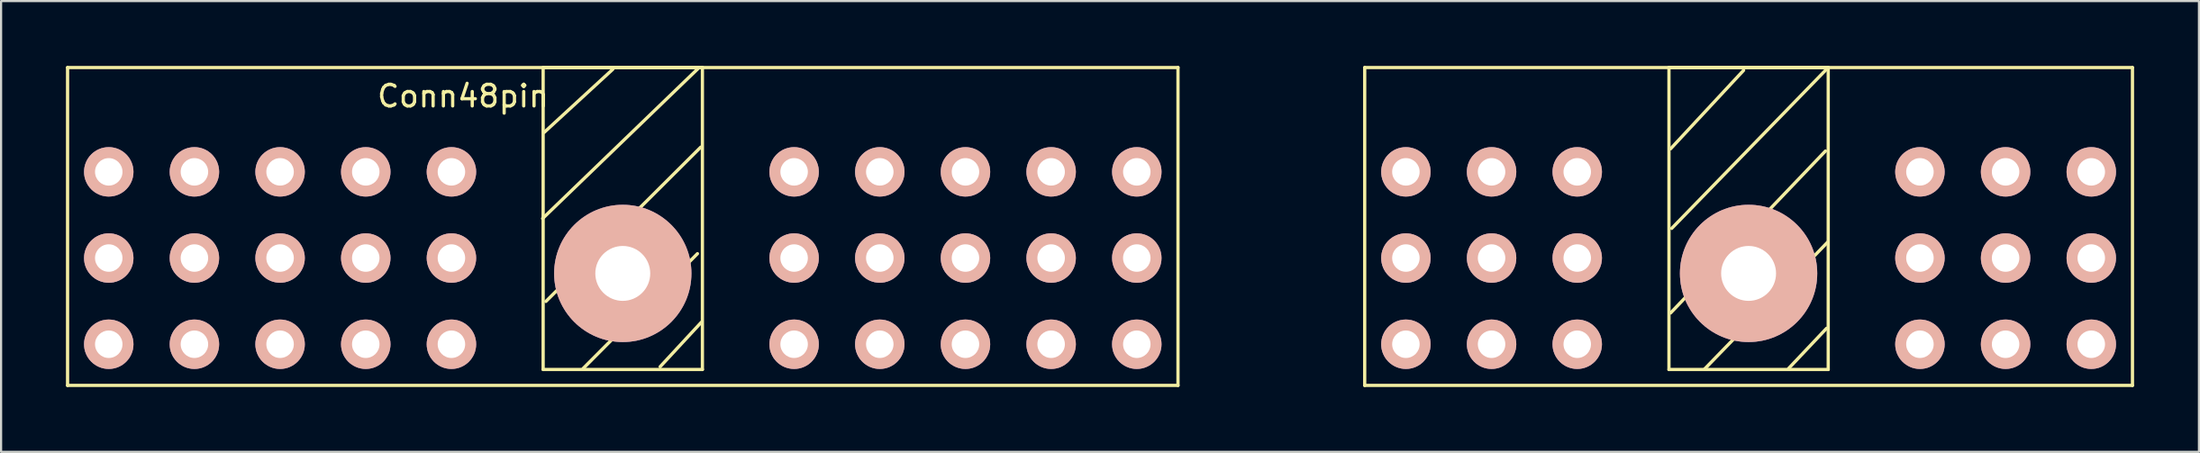
<source format=kicad_pcb>
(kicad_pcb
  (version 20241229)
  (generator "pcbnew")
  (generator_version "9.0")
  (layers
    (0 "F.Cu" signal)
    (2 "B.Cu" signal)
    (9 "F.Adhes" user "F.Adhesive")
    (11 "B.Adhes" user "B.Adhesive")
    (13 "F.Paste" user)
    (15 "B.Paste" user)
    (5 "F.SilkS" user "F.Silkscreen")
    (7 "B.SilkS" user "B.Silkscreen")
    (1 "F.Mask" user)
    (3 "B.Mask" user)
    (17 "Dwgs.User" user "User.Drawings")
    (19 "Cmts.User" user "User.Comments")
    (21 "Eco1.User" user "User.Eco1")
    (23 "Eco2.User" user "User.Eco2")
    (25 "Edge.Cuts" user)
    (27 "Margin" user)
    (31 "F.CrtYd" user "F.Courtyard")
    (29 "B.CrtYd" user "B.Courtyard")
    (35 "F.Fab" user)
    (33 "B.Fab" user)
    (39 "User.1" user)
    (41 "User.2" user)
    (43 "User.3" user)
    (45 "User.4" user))
  (footprint "Conn48pin"
    (layer "F.Cu")
    (at 25.754 9.6)
    (property "Reference" "Conn48pin" (at -7.391 -8.204 0) (layer "F.SilkS") (effects (font (size 1 1) (thickness 0.15))))
    (attr through_hole)
    (fp_line (start -25.679 -9.525) (end 25.679 -9.525) (stroke (width 0.15) (type solid)) (layer "F.SilkS"))
    (fp_line (start -25.679 5.182) (end -25.679 -9.525) (stroke (width 0.15) (type solid)) (layer "F.SilkS"))
    (fp_line (start -3.683 -9.525) (end 3.683 -9.525) (stroke (width 0.15) (type solid)) (layer "F.SilkS"))
    (fp_line (start -3.683 4.445) (end -3.683 -9.525) (stroke (width 0.15) (type solid)) (layer "F.SilkS"))
    (fp_line (start -0.457 -9.449) (end -3.632 -6.528) (stroke (width 0.15) (type solid)) (layer "F.SilkS"))
    (fp_line (start 3.454 -0.914) (end -1.829 4.394) (stroke (width 0.15) (type solid)) (layer "F.SilkS"))
    (fp_line (start 3.505 -9.5) (end -3.708 -2.54) (stroke (width 0.15) (type solid)) (layer "F.SilkS"))
    (fp_line (start 3.607 -5.842) (end -3.556 1.295) (stroke (width 0.15) (type solid)) (layer "F.SilkS"))
    (fp_line (start 3.632 2.261) (end 1.727 4.318) (stroke (width 0.15) (type solid)) (layer "F.SilkS"))
    (fp_line (start 3.683 -9.525) (end 3.683 4.445) (stroke (width 0.15) (type solid)) (layer "F.SilkS"))
    (fp_line (start 3.683 4.445) (end -3.683 4.445) (stroke (width 0.15) (type solid)) (layer "F.SilkS"))
    (fp_line (start 25.679 -9.525) (end 25.679 5.182) (stroke (width 0.15) (type solid)) (layer "F.SilkS"))
    (fp_line (start 25.679 5.182) (end -25.679 5.182) (stroke (width 0.15) (type solid)) (layer "F.SilkS"))
    (fp_line (start 34.315 -9.525) (end 69.825 -9.525) (stroke (width 0.15) (type solid)) (layer "F.SilkS"))
    (fp_line (start 34.315 5.182) (end 34.315 -9.525) (stroke (width 0.15) (type solid)) (layer "F.SilkS"))
    (fp_line (start 48.387 -9.525) (end 48.387 4.445) (stroke (width 0.15) (type solid)) (layer "F.SilkS"))
    (fp_line (start 48.387 4.445) (end 55.753 4.445) (stroke (width 0.15) (type solid)) (layer "F.SilkS"))
    (fp_line (start 51.841 -9.398) (end 48.463 -5.766) (stroke (width 0.15) (type solid)) (layer "F.SilkS"))
    (fp_line (start 55.626 -5.664) (end 48.463 1.829) (stroke (width 0.15) (type solid)) (layer "F.SilkS"))
    (fp_line (start 55.677 2.54) (end 53.924 4.394) (stroke (width 0.15) (type solid)) (layer "F.SilkS"))
    (fp_line (start 55.702 -9.474) (end 48.514 -2.083) (stroke (width 0.15) (type solid)) (layer "F.SilkS"))
    (fp_line (start 55.728 -1.448) (end 50.038 4.42) (stroke (width 0.15) (type solid)) (layer "F.SilkS"))
    (fp_line (start 55.753 -9.525) (end 48.387 -9.525) (stroke (width 0.15) (type solid)) (layer "F.SilkS"))
    (fp_line (start 55.753 4.445) (end 55.753 -9.525) (stroke (width 0.15) (type solid)) (layer "F.SilkS"))
    (fp_line (start 69.825 -9.525) (end 69.825 5.182) (stroke (width 0.15) (type solid)) (layer "F.SilkS"))
    (fp_line (start 69.825 5.182) (end 34.315 5.182) (stroke (width 0.15) (type solid)) (layer "F.SilkS"))
    (pad "" thru_hole circle (at 0 0) (size 6.35 6.35) (drill 2.54) (layers "*.Cu" "*.Mask" "B.SilkS"))
    (pad "" thru_hole circle (at 52.07 0) (size 6.35 6.35) (drill 2.54) (layers "*.Cu" "*.Mask" "B.SilkS"))
    (pad "1" thru_hole circle (at 36.22 -4.699) (size 2.286 2.286) (drill 1.27) (layers "*.Cu" "*.Mask" "B.SilkS"))
    (pad "2" thru_hole circle (at 36.22 -0.711) (size 2.286 2.286) (drill 1.27) (layers "*.Cu" "*.Mask" "B.SilkS"))
    (pad "3" thru_hole circle (at 36.22 3.277) (size 2.286 2.286) (drill 1.27) (layers "*.Cu" "*.Mask" "B.SilkS"))
    (pad "4" thru_hole circle (at 40.183 -4.699) (size 2.286 2.286) (drill 1.27) (layers "*.Cu" "*.Mask" "B.SilkS"))
    (pad "5" thru_hole circle (at 40.183 -0.711) (size 2.286 2.286) (drill 1.27) (layers "*.Cu" "*.Mask" "B.SilkS"))
    (pad "6" thru_hole circle (at 40.183 3.277) (size 2.286 2.286) (drill 1.27) (layers "*.Cu" "*.Mask" "B.SilkS"))
    (pad "7" thru_hole circle (at 44.145 -4.699) (size 2.286 2.286) (drill 1.27) (layers "*.Cu" "*.Mask" "B.SilkS"))
    (pad "8" thru_hole circle (at 44.145 -0.711) (size 2.286 2.286) (drill 1.27) (layers "*.Cu" "*.Mask" "B.SilkS"))
    (pad "9" thru_hole circle (at 44.145 3.277) (size 2.286 2.286) (drill 1.27) (layers "*.Cu" "*.Mask" "B.SilkS"))
    (pad "10" thru_hole circle (at 59.995 -4.699) (size 2.286 2.286) (drill 1.27) (layers "*.Cu" "*.Mask" "B.SilkS"))
    (pad "11" thru_hole circle (at 59.995 -0.711) (size 2.286 2.286) (drill 1.27) (layers "*.Cu" "*.Mask" "B.SilkS"))
    (pad "12" thru_hole circle (at 59.995 3.277) (size 2.286 2.286) (drill 1.27) (layers "*.Cu" "*.Mask" "B.SilkS"))
    (pad "13" thru_hole circle (at 63.957 -4.699) (size 2.286 2.286) (drill 1.27) (layers "*.Cu" "*.Mask" "B.SilkS"))
    (pad "14" thru_hole circle (at 63.957 -0.711) (size 2.286 2.286) (drill 1.27) (layers "*.Cu" "*.Mask" "B.SilkS"))
    (pad "15" thru_hole circle (at 63.957 3.277) (size 2.286 2.286) (drill 1.27) (layers "*.Cu" "*.Mask" "B.SilkS"))
    (pad "16" thru_hole circle (at 67.92 -4.699) (size 2.286 2.286) (drill 1.27) (layers "*.Cu" "*.Mask" "B.SilkS"))
    (pad "17" thru_hole circle (at 67.92 -0.711) (size 2.286 2.286) (drill 1.27) (layers "*.Cu" "*.Mask" "B.SilkS"))
    (pad "18" thru_hole circle (at 67.92 3.277) (size 2.286 2.286) (drill 1.27) (layers "*.Cu" "*.Mask" "B.SilkS"))
    (pad "19" thru_hole circle (at -23.774 -4.699) (size 2.286 2.286) (drill 1.27) (layers "*.Cu" "*.Mask" "B.SilkS"))
    (pad "20" thru_hole circle (at -23.774 -0.711) (size 2.286 2.286) (drill 1.27) (layers "*.Cu" "*.Mask" "B.SilkS"))
    (pad "21" thru_hole circle (at -23.774 3.277) (size 2.286 2.286) (drill 1.27) (layers "*.Cu" "*.Mask" "B.SilkS"))
    (pad "22" thru_hole circle (at -19.812 -4.699) (size 2.286 2.286) (drill 1.27) (layers "*.Cu" "*.Mask" "B.SilkS"))
    (pad "23" thru_hole circle (at -19.812 -0.711) (size 2.286 2.286) (drill 1.27) (layers "*.Cu" "*.Mask" "B.SilkS"))
    (pad "24" thru_hole circle (at -19.812 3.277) (size 2.286 2.286) (drill 1.27) (layers "*.Cu" "*.Mask" "B.SilkS"))
    (pad "25" thru_hole circle (at -15.85 -4.699) (size 2.286 2.286) (drill 1.27) (layers "*.Cu" "*.Mask" "B.SilkS"))
    (pad "26" thru_hole circle (at -15.85 -0.711) (size 2.286 2.286) (drill 1.27) (layers "*.Cu" "*.Mask" "B.SilkS"))
    (pad "27" thru_hole circle (at -15.85 3.277) (size 2.286 2.286) (drill 1.27) (layers "*.Cu" "*.Mask" "B.SilkS"))
    (pad "28" thru_hole circle (at -11.887 -4.699) (size 2.286 2.286) (drill 1.27) (layers "*.Cu" "*.Mask" "B.SilkS"))
    (pad "29" thru_hole circle (at -11.887 -0.711) (size 2.286 2.286) (drill 1.27) (layers "*.Cu" "*.Mask" "B.SilkS"))
    (pad "30" thru_hole circle (at -11.887 3.277) (size 2.286 2.286) (drill 1.27) (layers "*.Cu" "*.Mask" "B.SilkS"))
    (pad "31" thru_hole circle (at -7.925 -4.699) (size 2.286 2.286) (drill 1.27) (layers "*.Cu" "*.Mask" "B.SilkS"))
    (pad "32" thru_hole circle (at -7.925 -0.711) (size 2.286 2.286) (drill 1.27) (layers "*.Cu" "*.Mask" "B.SilkS"))
    (pad "33" thru_hole circle (at -7.925 3.277) (size 2.286 2.286) (drill 1.27) (layers "*.Cu" "*.Mask" "B.SilkS"))
    (pad "34" thru_hole circle (at 7.925 -4.699) (size 2.286 2.286) (drill 1.27) (layers "*.Cu" "*.Mask" "B.SilkS"))
    (pad "35" thru_hole circle (at 7.925 -0.711) (size 2.286 2.286) (drill 1.27) (layers "*.Cu" "*.Mask" "B.SilkS"))
    (pad "36" thru_hole circle (at 7.925 3.277) (size 2.286 2.286) (drill 1.27) (layers "*.Cu" "*.Mask" "B.SilkS"))
    (pad "37" thru_hole circle (at 11.887 -4.699) (size 2.286 2.286) (drill 1.27) (layers "*.Cu" "*.Mask" "B.SilkS"))
    (pad "38" thru_hole circle (at 11.887 -0.711) (size 2.286 2.286) (drill 1.27) (layers "*.Cu" "*.Mask" "B.SilkS"))
    (pad "39" thru_hole circle (at 11.887 3.277) (size 2.286 2.286) (drill 1.27) (layers "*.Cu" "*.Mask" "B.SilkS"))
    (pad "40" thru_hole circle (at 15.85 -4.699) (size 2.286 2.286) (drill 1.27) (layers "*.Cu" "*.Mask" "B.SilkS"))
    (pad "41" thru_hole circle (at 15.85 -0.711) (size 2.286 2.286) (drill 1.27) (layers "*.Cu" "*.Mask" "B.SilkS"))
    (pad "42" thru_hole circle (at 15.85 3.277) (size 2.286 2.286) (drill 1.27) (layers "*.Cu" "*.Mask" "B.SilkS"))
    (pad "43" thru_hole circle (at 19.812 -4.699) (size 2.286 2.286) (drill 1.27) (layers "*.Cu" "*.Mask" "B.SilkS"))
    (pad "44" thru_hole circle (at 19.812 -0.711) (size 2.286 2.286) (drill 1.27) (layers "*.Cu" "*.Mask" "B.SilkS"))
    (pad "45" thru_hole circle (at 19.812 3.277) (size 2.286 2.286) (drill 1.27) (layers "*.Cu" "*.Mask" "B.SilkS"))
    (pad "46" thru_hole circle (at 23.774 -4.699) (size 2.286 2.286) (drill 1.27) (layers "*.Cu" "*.Mask" "B.SilkS"))
    (pad "47" thru_hole circle (at 23.774 -0.711) (size 2.286 2.286) (drill 1.27) (layers "*.Cu" "*.Mask" "B.SilkS"))
    (pad "48" thru_hole circle (at 23.774 3.277) (size 2.286 2.286) (drill 1.27) (layers "*.Cu" "*.Mask" "B.SilkS")))
  (gr_rect
    (start -3 -3)
    (end 98.654 17.857)
    (stroke (width 0.1) (type default))
    (fill no)
    (layer "Edge.Cuts")))
</source>
